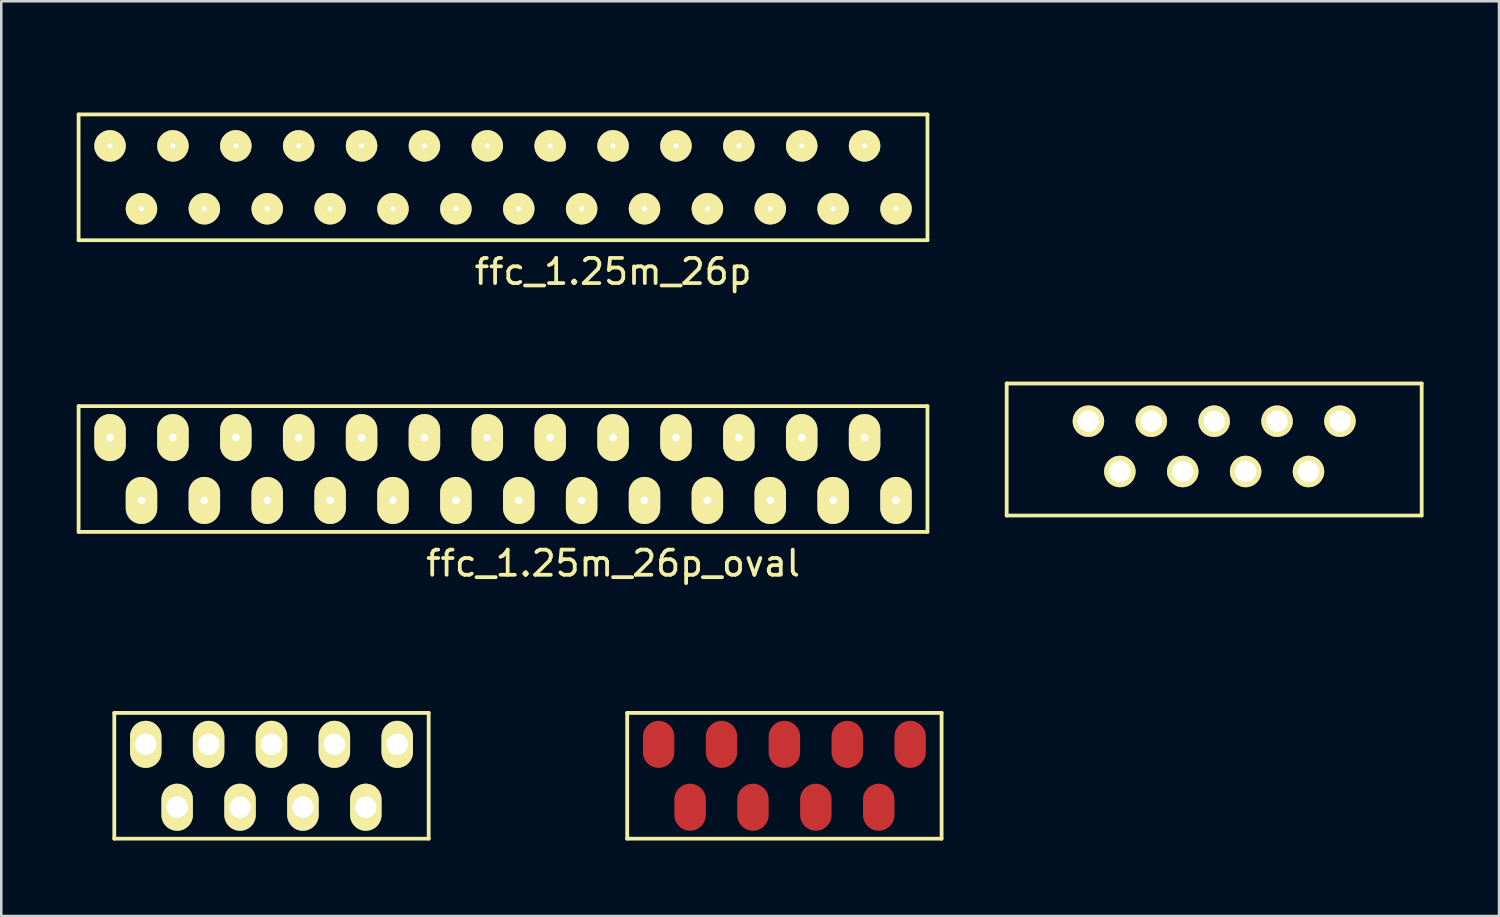
<source format=kicad_pcb>
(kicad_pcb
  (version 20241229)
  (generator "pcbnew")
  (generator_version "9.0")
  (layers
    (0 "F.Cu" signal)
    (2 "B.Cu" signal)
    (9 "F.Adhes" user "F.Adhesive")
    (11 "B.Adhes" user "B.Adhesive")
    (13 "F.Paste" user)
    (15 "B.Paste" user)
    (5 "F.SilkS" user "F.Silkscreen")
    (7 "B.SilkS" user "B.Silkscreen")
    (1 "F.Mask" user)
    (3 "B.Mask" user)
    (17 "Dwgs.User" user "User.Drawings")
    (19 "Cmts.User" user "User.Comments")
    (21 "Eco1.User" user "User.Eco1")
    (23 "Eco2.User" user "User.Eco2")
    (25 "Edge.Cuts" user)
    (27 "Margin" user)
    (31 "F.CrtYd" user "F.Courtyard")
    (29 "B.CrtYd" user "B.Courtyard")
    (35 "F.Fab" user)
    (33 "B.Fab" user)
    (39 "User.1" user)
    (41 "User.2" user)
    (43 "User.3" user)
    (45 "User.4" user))
  (footprint "ffc_1.25mm_9p_oval_smd"
    (layer "F.Cu")
    (at 28.137 25.295)
    (property "Reference" "ffc_1.25mm_9p_oval_smd" (at 0 -1.25 0) (layer "Eco1.User") (effects (font (size 1 1) (thickness 0.15))))
    (attr through_hole)
    (fp_line (start -6.25 0) (end -6.25 5) (stroke (width 0.15) (type solid)) (layer "F.SilkS"))
    (fp_line (start -6.25 5) (end 6.25 5) (stroke (width 0.15) (type solid)) (layer "F.SilkS"))
    (fp_line (start 6.25 0) (end -6.25 0) (stroke (width 0.15) (type solid)) (layer "F.SilkS"))
    (fp_line (start 6.25 5) (end 6.25 0) (stroke (width 0.15) (type solid)) (layer "F.SilkS"))
    (pad "1" smd oval (at -5 1.25) (size 1.25 1.87) (layers "F.Cu" "F.Mask" "F.Paste"))
    (pad "2" smd oval (at -3.75 3.75) (size 1.25 1.87) (layers "F.Cu" "F.Mask" "F.Paste"))
    (pad "3" smd oval (at -2.5 1.25) (size 1.25 1.87) (layers "F.Cu" "F.Mask" "F.Paste"))
    (pad "4" smd oval (at -1.25 3.75) (size 1.25 1.87) (layers "F.Cu" "F.Mask" "F.Paste"))
    (pad "5" smd oval (at 0 1.25) (size 1.25 1.87) (layers "F.Cu" "F.Mask" "F.Paste"))
    (pad "6" smd oval (at 1.25 3.75) (size 1.25 1.87) (layers "F.Cu" "F.Mask" "F.Paste"))
    (pad "7" smd oval (at 2.5 1.25) (size 1.25 1.87) (layers "F.Cu" "F.Mask" "F.Paste"))
    (pad "8" smd oval (at 3.75 3.75) (size 1.25 1.87) (layers "F.Cu" "F.Mask" "F.Paste"))
    (pad "9" smd oval (at 5 1.25) (size 1.25 1.87) (layers "F.Cu" "F.Mask" "F.Paste")))
  (footprint "ffc_1.25m_26p"
    (layer "F.Cu")
    (at 16.325 0.25)
    (property "Reference" "ffc_1.25m_26p" (at 5 7.5 0) (layer "F.SilkS") (effects (font (size 1 1) (thickness 0.15))))
    (attr through_hole)
    (fp_line (start -16.25 1.25) (end -16.25 6.25) (stroke (width 0.15) (type solid)) (layer "F.SilkS"))
    (fp_line (start -16.25 6.25) (end 17.5 6.25) (stroke (width 0.15) (type solid)) (layer "F.SilkS"))
    (fp_line (start 17.5 1.25) (end -16.25 1.25) (stroke (width 0.15) (type solid)) (layer "F.SilkS"))
    (fp_line (start 17.5 6.25) (end 17.5 1.25) (stroke (width 0.15) (type solid)) (layer "F.SilkS"))
    (pad "1" thru_hole circle (at -15 2.5) (size 1.25 1.25) (drill 0.2) (layers "*.Cu" "*.Mask" "F.SilkS"))
    (pad "2" thru_hole circle (at -13.75 5) (size 1.25 1.25) (drill 0.2) (layers "*.Cu" "*.Mask" "F.SilkS"))
    (pad "3" thru_hole circle (at -12.5 2.5) (size 1.25 1.25) (drill 0.2) (layers "*.Cu" "*.Mask" "F.SilkS"))
    (pad "4" thru_hole circle (at -11.25 5) (size 1.25 1.25) (drill 0.2) (layers "*.Cu" "*.Mask" "F.SilkS"))
    (pad "5" thru_hole circle (at -10 2.5) (size 1.25 1.25) (drill 0.2) (layers "*.Cu" "*.Mask" "F.SilkS"))
    (pad "6" thru_hole circle (at -8.75 5) (size 1.25 1.25) (drill 0.2) (layers "*.Cu" "*.Mask" "F.SilkS"))
    (pad "7" thru_hole circle (at -7.5 2.5) (size 1.25 1.25) (drill 0.2) (layers "*.Cu" "*.Mask" "F.SilkS"))
    (pad "8" thru_hole circle (at -6.25 5) (size 1.25 1.25) (drill 0.2) (layers "*.Cu" "*.Mask" "F.SilkS"))
    (pad "9" thru_hole circle (at -5 2.5) (size 1.25 1.25) (drill 0.2) (layers "*.Cu" "*.Mask" "F.SilkS"))
    (pad "10" thru_hole circle (at -3.75 5) (size 1.25 1.25) (drill 0.2) (layers "*.Cu" "*.Mask" "F.SilkS"))
    (pad "11" thru_hole circle (at -2.5 2.5) (size 1.25 1.25) (drill 0.2) (layers "*.Cu" "*.Mask" "F.SilkS"))
    (pad "12" thru_hole circle (at -1.25 5) (size 1.25 1.25) (drill 0.2) (layers "*.Cu" "*.Mask" "F.SilkS"))
    (pad "13" thru_hole circle (at 0 2.5) (size 1.25 1.25) (drill 0.2) (layers "*.Cu" "*.Mask" "F.SilkS"))
    (pad "14" thru_hole circle (at 1.25 5) (size 1.25 1.25) (drill 0.2) (layers "*.Cu" "*.Mask" "F.SilkS"))
    (pad "15" thru_hole circle (at 2.5 2.5) (size 1.25 1.25) (drill 0.2) (layers "*.Cu" "*.Mask" "F.SilkS"))
    (pad "16" thru_hole circle (at 3.75 5) (size 1.25 1.25) (drill 0.2) (layers "*.Cu" "*.Mask" "F.SilkS"))
    (pad "17" thru_hole circle (at 5 2.5) (size 1.25 1.25) (drill 0.2) (layers "*.Cu" "*.Mask" "F.SilkS"))
    (pad "18" thru_hole circle (at 6.25 5) (size 1.25 1.25) (drill 0.2) (layers "*.Cu" "*.Mask" "F.SilkS"))
    (pad "19" thru_hole circle (at 7.5 2.5) (size 1.25 1.25) (drill 0.2) (layers "*.Cu" "*.Mask" "F.SilkS"))
    (pad "20" thru_hole circle (at 8.75 5) (size 1.25 1.25) (drill 0.2) (layers "*.Cu" "*.Mask" "F.SilkS"))
    (pad "21" thru_hole circle (at 10 2.5) (size 1.25 1.25) (drill 0.2) (layers "*.Cu" "*.Mask" "F.SilkS"))
    (pad "22" thru_hole circle (at 11.25 5) (size 1.25 1.25) (drill 0.2) (layers "*.Cu" "*.Mask" "F.SilkS"))
    (pad "23" thru_hole circle (at 12.5 2.5) (size 1.25 1.25) (drill 0.2) (layers "*.Cu" "*.Mask" "F.SilkS"))
    (pad "24" thru_hole circle (at 13.75 5) (size 1.25 1.25) (drill 0.2) (layers "*.Cu" "*.Mask" "F.SilkS"))
    (pad "25" thru_hole circle (at 15 2.5) (size 1.25 1.25) (drill 0.2) (layers "*.Cu" "*.Mask" "F.SilkS"))
    (pad "26" thru_hole circle (at 16.25 5) (size 1.25 1.25) (drill 0.2) (layers "*.Cu" "*.Mask" "F.SilkS")))
  (footprint "ffc_1.25mm_9p"
    (layer "F.Cu")
    (at 45.225 11.947)
    (property "Reference" "ffc_1.25mm_9p" (at 0 0.5 0) (layer "Eco1.User") (effects (font (size 1 1) (thickness 0.15))))
    (attr through_hole)
    (fp_line (start -8.25 0.25) (end -8.25 5.5) (stroke (width 0.15) (type solid)) (layer "F.SilkS"))
    (fp_line (start -8.25 5.5) (end 8.25 5.5) (stroke (width 0.15) (type solid)) (layer "F.SilkS"))
    (fp_line (start 8.25 0.25) (end -8.25 0.25) (stroke (width 0.15) (type solid)) (layer "F.SilkS"))
    (fp_line (start 8.25 5.5) (end 8.25 0.25) (stroke (width 0.15) (type solid)) (layer "F.SilkS"))
    (pad "1" thru_hole circle (at -5 1.75) (size 1.25 1.25) (drill 0.85) (layers "*.Cu" "*.Mask" "F.SilkS"))
    (pad "2" thru_hole circle (at -3.75 3.75) (size 1.25 1.25) (drill 0.85) (layers "*.Cu" "*.Mask" "F.SilkS"))
    (pad "3" thru_hole circle (at -2.5 1.75) (size 1.25 1.25) (drill 0.85) (layers "*.Cu" "*.Mask" "F.SilkS"))
    (pad "4" thru_hole circle (at -1.25 3.75) (size 1.25 1.25) (drill 0.85) (layers "*.Cu" "*.Mask" "F.SilkS"))
    (pad "5" thru_hole circle (at 0 1.75) (size 1.25 1.25) (drill 0.85) (layers "*.Cu" "*.Mask" "F.SilkS"))
    (pad "6" thru_hole circle (at 1.25 3.75) (size 1.25 1.25) (drill 0.85) (layers "*.Cu" "*.Mask" "F.SilkS"))
    (pad "7" thru_hole circle (at 2.5 1.75) (size 1.25 1.25) (drill 0.85) (layers "*.Cu" "*.Mask" "F.SilkS"))
    (pad "8" thru_hole circle (at 3.75 3.75) (size 1.25 1.25) (drill 0.85) (layers "*.Cu" "*.Mask" "F.SilkS"))
    (pad "9" thru_hole circle (at 5 1.75) (size 1.25 1.25) (drill 0.85) (layers "*.Cu" "*.Mask" "F.SilkS")))
  (footprint "ffc_1.25mm_9p_oval"
    (layer "F.Cu")
    (at 7.744 25.295)
    (property "Reference" "ffc_1.25mm_9p_oval" (at 0 -1.25 0) (layer "Eco1.User") (effects (font (size 1 1) (thickness 0.15))))
    (attr through_hole)
    (fp_line (start -6.25 0) (end -6.25 5) (stroke (width 0.15) (type solid)) (layer "F.SilkS"))
    (fp_line (start -6.25 5) (end 6.25 5) (stroke (width 0.15) (type solid)) (layer "F.SilkS"))
    (fp_line (start 6.25 0) (end -6.25 0) (stroke (width 0.15) (type solid)) (layer "F.SilkS"))
    (fp_line (start 6.25 5) (end 6.25 0) (stroke (width 0.15) (type solid)) (layer "F.SilkS"))
    (pad "1" thru_hole oval (at -5 1.25) (size 1.25 1.87) (drill 0.85) (layers "*.Cu" "*.Mask" "F.SilkS"))
    (pad "2" thru_hole oval (at -3.75 3.75) (size 1.25 1.87) (drill 0.85) (layers "*.Cu" "*.Mask" "F.SilkS"))
    (pad "3" thru_hole oval (at -2.5 1.25) (size 1.25 1.87) (drill 0.85) (layers "*.Cu" "*.Mask" "F.SilkS"))
    (pad "4" thru_hole oval (at -1.25 3.75) (size 1.25 1.87) (drill 0.85) (layers "*.Cu" "*.Mask" "F.SilkS"))
    (pad "5" thru_hole oval (at 0 1.25) (size 1.25 1.87) (drill 0.85) (layers "*.Cu" "*.Mask" "F.SilkS"))
    (pad "6" thru_hole oval (at 1.25 3.75) (size 1.25 1.87) (drill 0.85) (layers "*.Cu" "*.Mask" "F.SilkS"))
    (pad "7" thru_hole oval (at 2.5 1.25) (size 1.25 1.87) (drill 0.85) (layers "*.Cu" "*.Mask" "F.SilkS"))
    (pad "8" thru_hole oval (at 3.75 3.75) (size 1.25 1.87) (drill 0.85) (layers "*.Cu" "*.Mask" "F.SilkS"))
    (pad "9" thru_hole oval (at 5 1.25) (size 1.25 1.87) (drill 0.85) (layers "*.Cu" "*.Mask" "F.SilkS")))
  (footprint "ffc_1.25m_26p_oval"
    (layer "F.Cu")
    (at 16.325 11.848)
    (property "Reference" "ffc_1.25m_26p_oval" (at 5 7.5 0) (layer "F.SilkS") (effects (font (size 1 1) (thickness 0.15))))
    (attr through_hole)
    (fp_line (start -16.25 1.25) (end -16.25 6.25) (stroke (width 0.15) (type solid)) (layer "F.SilkS"))
    (fp_line (start -16.25 6.25) (end 17.5 6.25) (stroke (width 0.15) (type solid)) (layer "F.SilkS"))
    (fp_line (start 17.5 1.25) (end -16.25 1.25) (stroke (width 0.15) (type solid)) (layer "F.SilkS"))
    (fp_line (start 17.5 6.25) (end 17.5 1.25) (stroke (width 0.15) (type solid)) (layer "F.SilkS"))
    (pad "1" thru_hole oval (at -15 2.5) (size 1.25 1.87) (drill 0.3) (layers "*.Cu" "*.Mask" "F.SilkS"))
    (pad "2" thru_hole oval (at -13.75 5) (size 1.25 1.87) (drill 0.3) (layers "*.Cu" "*.Mask" "F.SilkS"))
    (pad "3" thru_hole oval (at -12.5 2.5) (size 1.25 1.87) (drill 0.3) (layers "*.Cu" "*.Mask" "F.SilkS"))
    (pad "4" thru_hole oval (at -11.25 5) (size 1.25 1.87) (drill 0.3) (layers "*.Cu" "*.Mask" "F.SilkS"))
    (pad "5" thru_hole oval (at -10 2.5) (size 1.25 1.87) (drill 0.3) (layers "*.Cu" "*.Mask" "F.SilkS"))
    (pad "6" thru_hole oval (at -8.75 5) (size 1.25 1.87) (drill 0.3) (layers "*.Cu" "*.Mask" "F.SilkS"))
    (pad "7" thru_hole oval (at -7.5 2.5) (size 1.25 1.87) (drill 0.3) (layers "*.Cu" "*.Mask" "F.SilkS"))
    (pad "8" thru_hole oval (at -6.25 5) (size 1.25 1.87) (drill 0.3) (layers "*.Cu" "*.Mask" "F.SilkS"))
    (pad "9" thru_hole oval (at -5 2.5) (size 1.25 1.87) (drill 0.3) (layers "*.Cu" "*.Mask" "F.SilkS"))
    (pad "10" thru_hole oval (at -3.75 5) (size 1.25 1.87) (drill 0.3) (layers "*.Cu" "*.Mask" "F.SilkS"))
    (pad "11" thru_hole oval (at -2.5 2.5) (size 1.25 1.87) (drill 0.3) (layers "*.Cu" "*.Mask" "F.SilkS"))
    (pad "12" thru_hole oval (at -1.25 5) (size 1.25 1.87) (drill 0.3) (layers "*.Cu" "*.Mask" "F.SilkS"))
    (pad "13" thru_hole oval (at 0 2.5) (size 1.25 1.87) (drill 0.3) (layers "*.Cu" "*.Mask" "F.SilkS"))
    (pad "14" thru_hole oval (at 1.25 5) (size 1.25 1.87) (drill 0.3) (layers "*.Cu" "*.Mask" "F.SilkS"))
    (pad "15" thru_hole oval (at 2.5 2.5) (size 1.25 1.87) (drill 0.3) (layers "*.Cu" "*.Mask" "F.SilkS"))
    (pad "16" thru_hole oval (at 3.75 5) (size 1.25 1.87) (drill 0.3) (layers "*.Cu" "*.Mask" "F.SilkS"))
    (pad "17" thru_hole oval (at 5 2.5) (size 1.25 1.87) (drill 0.3) (layers "*.Cu" "*.Mask" "F.SilkS"))
    (pad "18" thru_hole oval (at 6.25 5 180) (size 1.25 1.87) (drill 0.3) (layers "*.Cu" "*.Mask" "F.SilkS"))
    (pad "19" thru_hole oval (at 7.5 2.5) (size 1.25 1.87) (drill 0.3) (layers "*.Cu" "*.Mask" "F.SilkS"))
    (pad "20" thru_hole oval (at 8.75 5) (size 1.25 1.87) (drill 0.3) (layers "*.Cu" "*.Mask" "F.SilkS"))
    (pad "21" thru_hole oval (at 10 2.5) (size 1.25 1.87) (drill 0.3) (layers "*.Cu" "*.Mask" "F.SilkS"))
    (pad "22" thru_hole oval (at 11.25 5) (size 1.25 1.87) (drill 0.3) (layers "*.Cu" "*.Mask" "F.SilkS"))
    (pad "23" thru_hole oval (at 12.5 2.5) (size 1.25 1.87) (drill 0.3) (layers "*.Cu" "*.Mask" "F.SilkS"))
    (pad "24" thru_hole oval (at 13.75 5) (size 1.25 1.87) (drill 0.3) (layers "*.Cu" "*.Mask" "F.SilkS"))
    (pad "25" thru_hole oval (at 15 2.5) (size 1.25 1.87) (drill 0.3) (layers "*.Cu" "*.Mask" "F.SilkS"))
    (pad "26" thru_hole oval (at 16.25 5) (size 1.25 1.87) (drill 0.3) (layers "*.Cu" "*.Mask" "F.SilkS")))
  (gr_rect
    (start -3 -3)
    (end 56.55 33.37)
    (stroke (width 0.1) (type default))
    (fill no)
    (layer "Edge.Cuts")))
</source>
